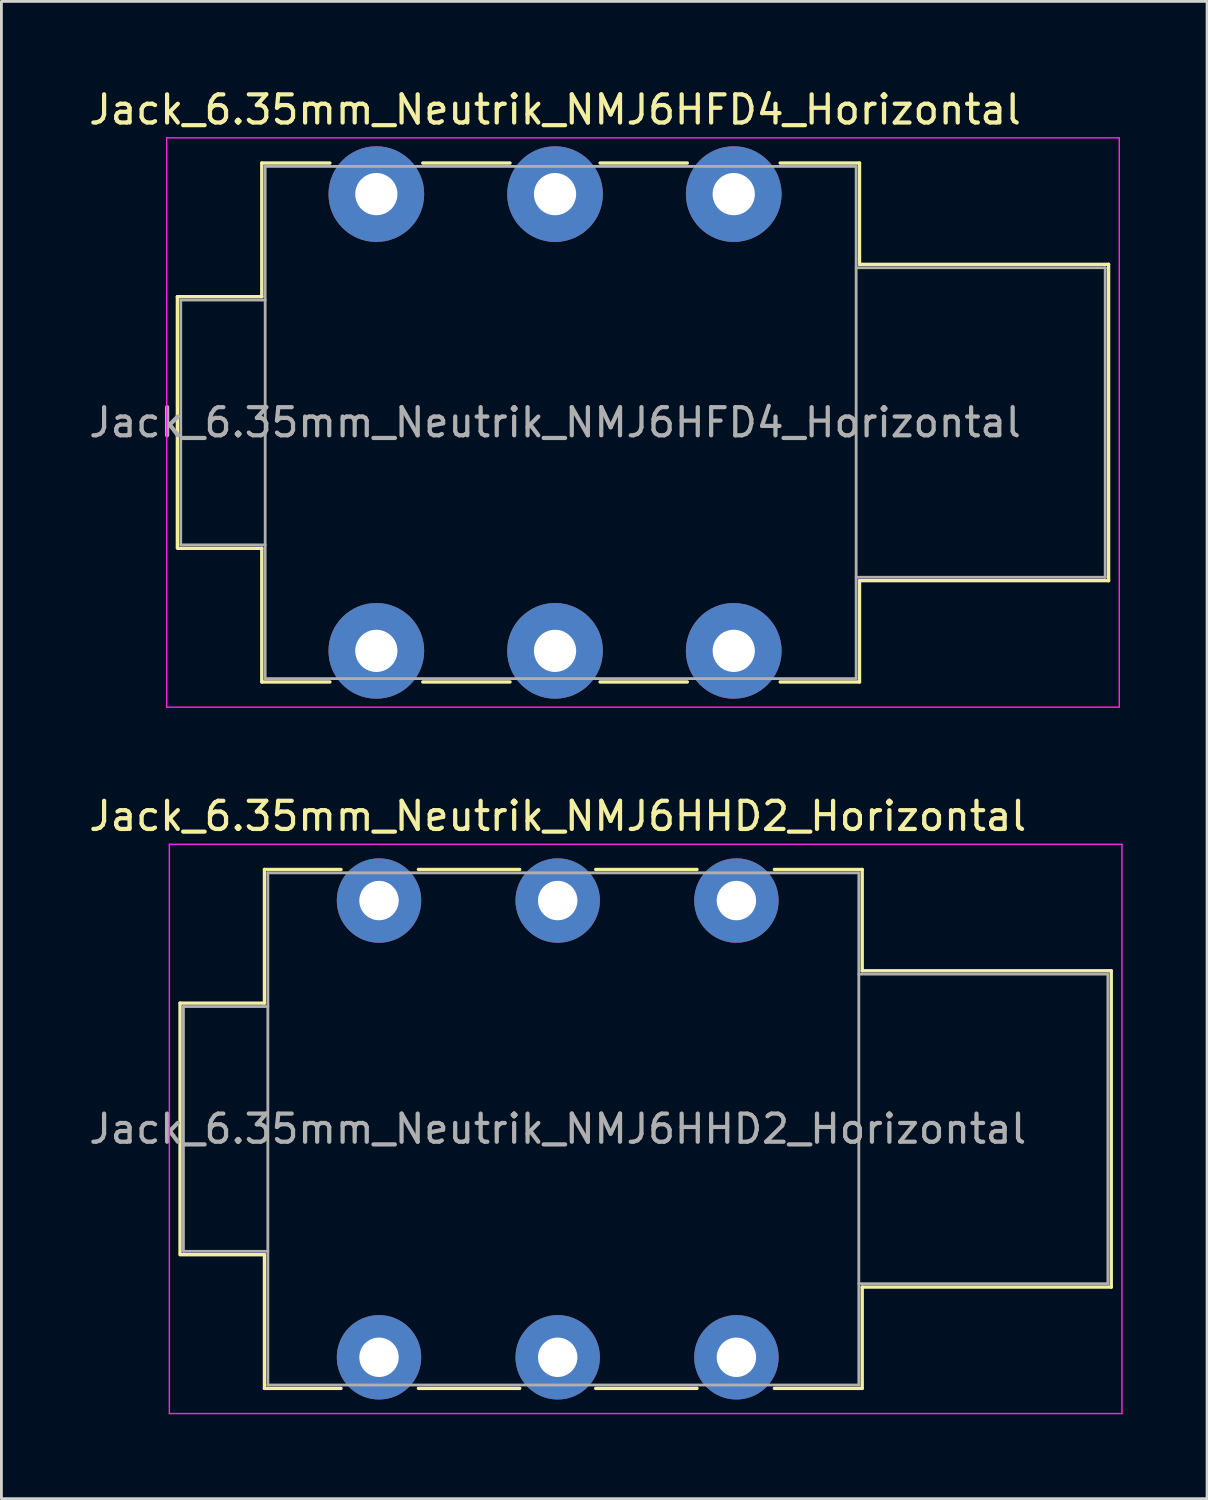
<source format=kicad_pcb>
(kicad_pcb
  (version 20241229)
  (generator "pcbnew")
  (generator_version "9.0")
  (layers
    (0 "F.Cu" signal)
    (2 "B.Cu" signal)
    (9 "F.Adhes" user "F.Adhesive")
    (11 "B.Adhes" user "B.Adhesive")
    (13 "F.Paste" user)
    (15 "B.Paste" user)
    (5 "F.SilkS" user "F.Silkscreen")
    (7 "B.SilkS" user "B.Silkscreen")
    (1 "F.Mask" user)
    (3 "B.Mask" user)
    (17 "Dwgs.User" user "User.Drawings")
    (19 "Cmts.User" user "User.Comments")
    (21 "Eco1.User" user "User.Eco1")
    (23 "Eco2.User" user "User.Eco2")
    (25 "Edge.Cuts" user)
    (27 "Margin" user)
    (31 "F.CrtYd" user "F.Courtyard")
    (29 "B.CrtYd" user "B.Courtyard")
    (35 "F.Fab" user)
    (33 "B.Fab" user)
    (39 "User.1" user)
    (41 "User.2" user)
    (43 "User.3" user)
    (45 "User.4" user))
  (footprint "Jack_6.35mm_Neutrik_NMJ6HHD2_Horizontal"
    (layer "F.Cu")
    (at 10.418 28.951)
    (property "Reference" "Jack_6.35mm_Neutrik_NMJ6HHD2_Horizontal" (at 6.35 -3 0) (layer "F.SilkS") (effects (font (size 1 1) (thickness 0.15))))
    (attr through_hole)
    (fp_line (start -7.07 3.645) (end -4.07 3.645) (stroke (width 0.12) (type solid)) (layer "F.SilkS"))
    (fp_line (start -7.07 12.545) (end -7.07 3.645) (stroke (width 0.12) (type solid)) (layer "F.SilkS"))
    (fp_line (start -7.07 12.585) (end -4.07 12.585) (stroke (width 0.12) (type solid)) (layer "F.SilkS"))
    (fp_line (start -4.07 -1.105) (end -1.35 -1.105) (stroke (width 0.12) (type solid)) (layer "F.SilkS"))
    (fp_line (start -4.07 3.645) (end -4.07 -1.105) (stroke (width 0.12) (type solid)) (layer "F.SilkS"))
    (fp_line (start -4.07 17.335) (end -4.07 12.585) (stroke (width 0.12) (type solid)) (layer "F.SilkS"))
    (fp_line (start -1.35 17.335) (end -4.07 17.335) (stroke (width 0.12) (type solid)) (layer "F.SilkS"))
    (fp_line (start 1.4 -1.105) (end 5 -1.105) (stroke (width 0.12) (type solid)) (layer "F.SilkS"))
    (fp_line (start 5 17.335) (end 1.4 17.335) (stroke (width 0.12) (type solid)) (layer "F.SilkS"))
    (fp_line (start 7.7 -1.105) (end 11.3 -1.105) (stroke (width 0.12) (type solid)) (layer "F.SilkS"))
    (fp_line (start 11.3 17.335) (end 7.7 17.335) (stroke (width 0.12) (type solid)) (layer "F.SilkS"))
    (fp_line (start 17.17 -1.105) (end 14.05 -1.105) (stroke (width 0.12) (type solid)) (layer "F.SilkS"))
    (fp_line (start 17.17 2.495) (end 17.17 -1.105) (stroke (width 0.12) (type solid)) (layer "F.SilkS"))
    (fp_line (start 17.17 2.495) (end 26.02 2.495) (stroke (width 0.12) (type solid)) (layer "F.SilkS"))
    (fp_line (start 17.17 13.735) (end 26.02 13.735) (stroke (width 0.12) (type solid)) (layer "F.SilkS"))
    (fp_line (start 17.17 17.335) (end 14.05 17.335) (stroke (width 0.12) (type solid)) (layer "F.SilkS"))
    (fp_line (start 17.17 17.335) (end 17.17 13.735) (stroke (width 0.12) (type solid)) (layer "F.SilkS"))
    (fp_line (start 26.02 13.735) (end 26.02 2.495) (stroke (width 0.12) (type solid)) (layer "F.SilkS"))
    (fp_line (start -7.45 18.23) (end -7.45 -2) (stroke (width 0.05) (type solid)) (layer "F.CrtYd"))
    (fp_line (start -7.45 18.23) (end 26.4 18.23) (stroke (width 0.05) (type solid)) (layer "F.CrtYd"))
    (fp_line (start 26.4 -2) (end -7.45 -2) (stroke (width 0.05) (type solid)) (layer "F.CrtYd"))
    (fp_line (start 26.4 18.23) (end 26.4 -2) (stroke (width 0.05) (type solid)) (layer "F.CrtYd"))
    (fp_line (start -6.95 3.765) (end -3.95 3.765) (stroke (width 0.1) (type solid)) (layer "F.Fab"))
    (fp_line (start -6.95 12.465) (end -6.95 3.765) (stroke (width 0.1) (type solid)) (layer "F.Fab"))
    (fp_line (start -6.95 12.465) (end -3.95 12.465) (stroke (width 0.1) (type solid)) (layer "F.Fab"))
    (fp_line (start -3.95 17.215) (end -3.95 -0.985) (stroke (width 0.1) (type solid)) (layer "F.Fab"))
    (fp_line (start 17.05 -0.985) (end -3.95 -0.985) (stroke (width 0.1) (type solid)) (layer "F.Fab"))
    (fp_line (start 17.05 17.215) (end -3.95 17.215) (stroke (width 0.1) (type solid)) (layer "F.Fab"))
    (fp_line (start 17.05 17.215) (end 17.05 -0.985) (stroke (width 0.1) (type solid)) (layer "F.Fab"))
    (fp_line (start 25.9 2.615) (end 17.05 2.615) (stroke (width 0.1) (type solid)) (layer "F.Fab"))
    (fp_line (start 25.9 13.615) (end 17.05 13.615) (stroke (width 0.1) (type solid)) (layer "F.Fab"))
    (fp_line (start 25.9 13.615) (end 25.9 2.615) (stroke (width 0.1) (type solid)) (layer "F.Fab"))
    (fp_text user "${REFERENCE}" (at 6.35 8.115 0) (layer "F.Fab") (effects (font (size 1 1) (thickness 0.15))))
    (pad "R" thru_hole circle (at 6.35 0) (size 3 3) (drill 1.4) (layers "*.Cu" "*.Mask"))
    (pad "RN" thru_hole circle (at 6.35 16.23) (size 3 3) (drill 1.4) (layers "*.Cu" "*.Mask"))
    (pad "S" thru_hole circle (at 12.7 0) (size 3 3) (drill 1.4) (layers "*.Cu" "*.Mask"))
    (pad "SN" thru_hole circle (at 12.7 16.23) (size 3 3) (drill 1.4) (layers "*.Cu" "*.Mask"))
    (pad "T" thru_hole circle (at 0 0) (size 3 3) (drill 1.4) (layers "*.Cu" "*.Mask"))
    (pad "TN" thru_hole circle (at 0 16.23) (size 3 3) (drill 1.4) (layers "*.Cu" "*.Mask")))
  (footprint "Jack_6.35mm_Neutrik_NMJ6HFD4_Horizontal"
    (layer "F.Cu")
    (at 10.323 3.848)
    (property "Reference" "Jack_6.35mm_Neutrik_NMJ6HFD4_Horizontal" (at 6.35 -3 0) (layer "F.SilkS") (effects (font (size 1 1) (thickness 0.15))))
    (attr through_hole)
    (fp_line (start -7.07 3.645) (end -4.07 3.645) (stroke (width 0.12) (type solid)) (layer "F.SilkS"))
    (fp_line (start -7.07 12.545) (end -7.07 3.645) (stroke (width 0.12) (type solid)) (layer "F.SilkS"))
    (fp_line (start -7.07 12.585) (end -4.07 12.585) (stroke (width 0.12) (type solid)) (layer "F.SilkS"))
    (fp_line (start -4.07 -1.105) (end -1.65 -1.105) (stroke (width 0.12) (type solid)) (layer "F.SilkS"))
    (fp_line (start -4.07 3.645) (end -4.07 -1.105) (stroke (width 0.12) (type solid)) (layer "F.SilkS"))
    (fp_line (start -4.07 17.335) (end -4.07 12.585) (stroke (width 0.12) (type solid)) (layer "F.SilkS"))
    (fp_line (start -1.65 17.335) (end -4.07 17.335) (stroke (width 0.12) (type solid)) (layer "F.SilkS"))
    (fp_line (start 1.65 -1.105) (end 4.75 -1.105) (stroke (width 0.12) (type solid)) (layer "F.SilkS"))
    (fp_line (start 4.75 17.335) (end 1.65 17.335) (stroke (width 0.12) (type solid)) (layer "F.SilkS"))
    (fp_line (start 7.95 -1.105) (end 11.05 -1.105) (stroke (width 0.12) (type solid)) (layer "F.SilkS"))
    (fp_line (start 11.05 17.335) (end 7.95 17.335) (stroke (width 0.12) (type solid)) (layer "F.SilkS"))
    (fp_line (start 17.17 -1.105) (end 14.35 -1.105) (stroke (width 0.12) (type solid)) (layer "F.SilkS"))
    (fp_line (start 17.17 2.495) (end 17.17 -1.105) (stroke (width 0.12) (type solid)) (layer "F.SilkS"))
    (fp_line (start 17.17 2.495) (end 26.02 2.495) (stroke (width 0.12) (type solid)) (layer "F.SilkS"))
    (fp_line (start 17.17 13.735) (end 26.02 13.735) (stroke (width 0.12) (type solid)) (layer "F.SilkS"))
    (fp_line (start 17.17 17.335) (end 14.35 17.335) (stroke (width 0.12) (type solid)) (layer "F.SilkS"))
    (fp_line (start 17.17 17.335) (end 17.17 13.735) (stroke (width 0.12) (type solid)) (layer "F.SilkS"))
    (fp_line (start 26.02 13.735) (end 26.02 2.495) (stroke (width 0.12) (type solid)) (layer "F.SilkS"))
    (fp_line (start -7.45 18.23) (end -7.45 -2) (stroke (width 0.05) (type solid)) (layer "F.CrtYd"))
    (fp_line (start -7.45 18.23) (end 26.4 18.23) (stroke (width 0.05) (type solid)) (layer "F.CrtYd"))
    (fp_line (start 26.4 -2) (end -7.45 -2) (stroke (width 0.05) (type solid)) (layer "F.CrtYd"))
    (fp_line (start 26.4 18.23) (end 26.4 -2) (stroke (width 0.05) (type solid)) (layer "F.CrtYd"))
    (fp_line (start -6.95 3.765) (end -3.95 3.765) (stroke (width 0.1) (type solid)) (layer "F.Fab"))
    (fp_line (start -6.95 12.465) (end -6.95 3.765) (stroke (width 0.1) (type solid)) (layer "F.Fab"))
    (fp_line (start -6.95 12.465) (end -3.95 12.465) (stroke (width 0.1) (type solid)) (layer "F.Fab"))
    (fp_line (start -3.95 17.215) (end -3.95 -0.985) (stroke (width 0.1) (type solid)) (layer "F.Fab"))
    (fp_line (start 17.05 -0.985) (end -3.95 -0.985) (stroke (width 0.1) (type solid)) (layer "F.Fab"))
    (fp_line (start 17.05 17.215) (end -3.95 17.215) (stroke (width 0.1) (type solid)) (layer "F.Fab"))
    (fp_line (start 17.05 17.215) (end 17.05 -0.985) (stroke (width 0.1) (type solid)) (layer "F.Fab"))
    (fp_line (start 25.9 2.615) (end 17.05 2.615) (stroke (width 0.1) (type solid)) (layer "F.Fab"))
    (fp_line (start 25.9 13.615) (end 17.05 13.615) (stroke (width 0.1) (type solid)) (layer "F.Fab"))
    (fp_line (start 25.9 13.615) (end 25.9 2.615) (stroke (width 0.1) (type solid)) (layer "F.Fab"))
    (fp_text user "${REFERENCE}" (at 6.35 8.115 0) (layer "F.Fab") (effects (font (size 1 1) (thickness 0.15))))
    (pad "R" thru_hole circle (at 6.35 0) (size 3.4 3.4) (drill 1.5) (layers "*.Cu" "*.Mask"))
    (pad "RN" thru_hole circle (at 6.35 16.23) (size 3.4 3.4) (drill 1.5) (layers "*.Cu" "*.Mask"))
    (pad "S" thru_hole circle (at 12.7 0) (size 3.4 3.4) (drill 1.5) (layers "*.Cu" "*.Mask"))
    (pad "SN" thru_hole circle (at 12.7 16.23) (size 3.4 3.4) (drill 1.5) (layers "*.Cu" "*.Mask"))
    (pad "T" thru_hole circle (at 0 0) (size 3.4 3.4) (drill 1.5) (layers "*.Cu" "*.Mask"))
    (pad "TN" thru_hole circle (at 0 16.23) (size 3.4 3.4) (drill 1.5) (layers "*.Cu" "*.Mask")))
  (gr_rect
    (start -3 -3)
    (end 39.843 50.206)
    (stroke (width 0.1) (type default))
    (fill no)
    (layer "Edge.Cuts")))
</source>
